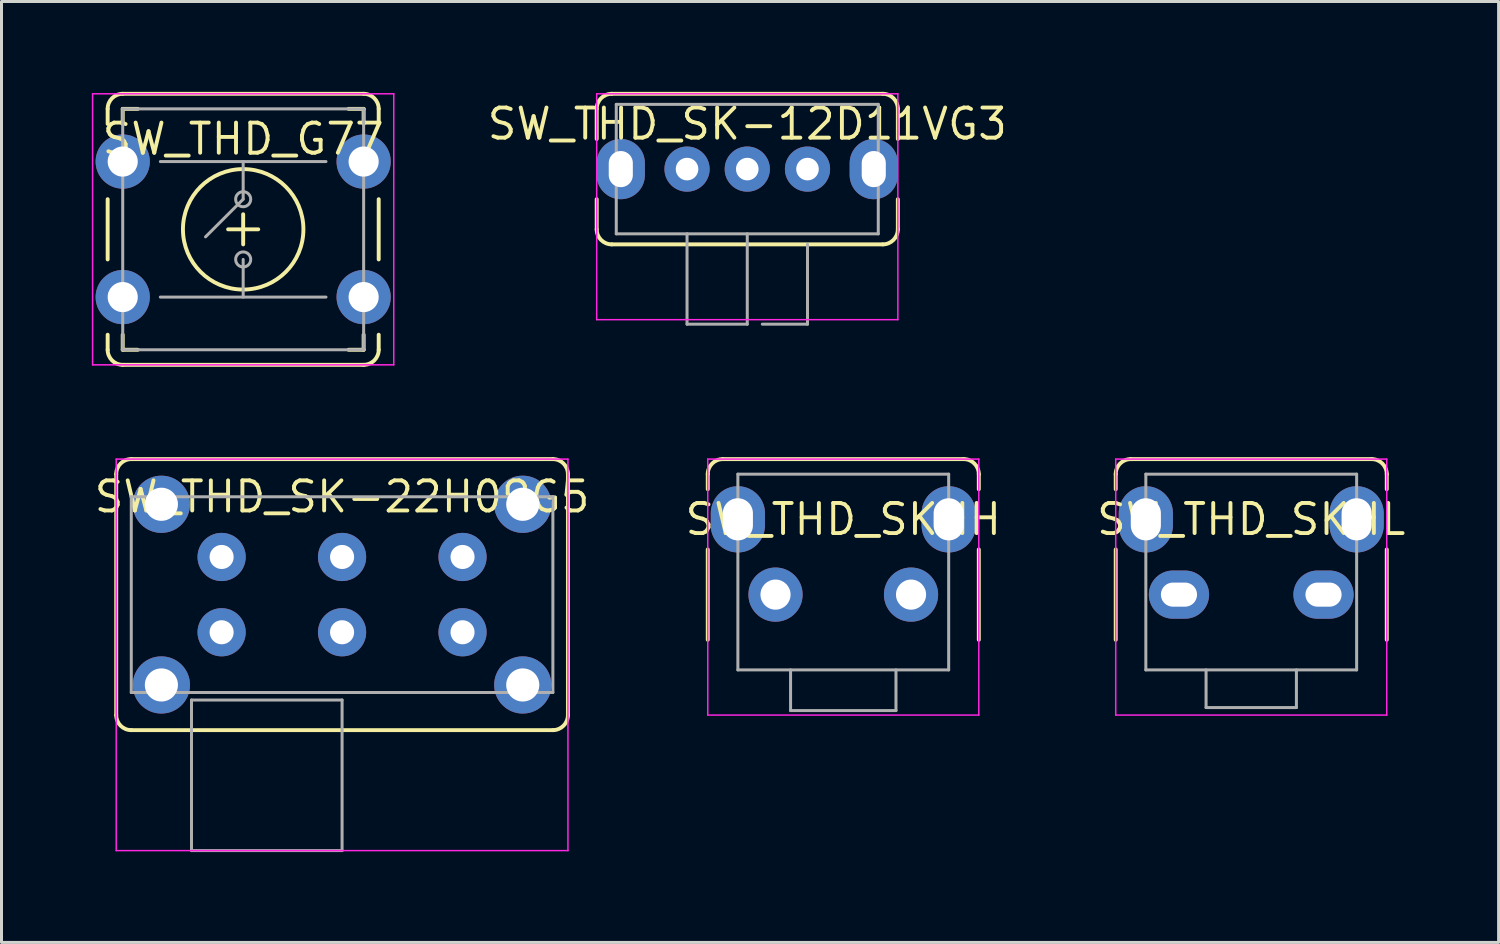
<source format=kicad_pcb>
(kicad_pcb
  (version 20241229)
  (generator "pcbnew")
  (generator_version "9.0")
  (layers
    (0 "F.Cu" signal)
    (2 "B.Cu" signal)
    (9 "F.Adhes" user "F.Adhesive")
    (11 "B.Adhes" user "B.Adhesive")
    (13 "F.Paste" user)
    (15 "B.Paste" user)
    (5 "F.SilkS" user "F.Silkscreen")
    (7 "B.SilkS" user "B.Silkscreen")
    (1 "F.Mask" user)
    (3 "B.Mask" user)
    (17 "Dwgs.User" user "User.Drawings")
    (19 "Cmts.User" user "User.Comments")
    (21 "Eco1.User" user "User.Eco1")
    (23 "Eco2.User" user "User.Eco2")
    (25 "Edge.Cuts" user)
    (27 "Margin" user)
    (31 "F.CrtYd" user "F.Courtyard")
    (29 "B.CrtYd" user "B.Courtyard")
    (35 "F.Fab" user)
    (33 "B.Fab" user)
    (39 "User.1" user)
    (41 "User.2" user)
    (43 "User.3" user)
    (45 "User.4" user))
  (footprint "SW_THD_SK-12D11VG3"
    (layer "F.Cu")
    (at 21.764 2.565)
    (property "Reference" "SW_THD_SK-12D11VG3" (at 0 -1.5 0) (layer "F.SilkS") (effects (font (size 1 1) (thickness 0.13))))
    (attr through_hole)
    (fp_line (start -5 -2) (end -5 -1) (stroke (width 0.13) (type solid)) (layer "F.SilkS"))
    (fp_line (start -5 2) (end -5 1) (stroke (width 0.13) (type solid)) (layer "F.SilkS"))
    (fp_line (start -4.5 2.5) (end 4.5 2.5) (stroke (width 0.13) (type solid)) (layer "F.SilkS"))
    (fp_line (start 4.5 -2.5) (end -4.5 -2.5) (stroke (width 0.13) (type solid)) (layer "F.SilkS"))
    (fp_line (start 5 -1) (end 5 -2) (stroke (width 0.13) (type solid)) (layer "F.SilkS"))
    (fp_line (start 5 2) (end 5 1) (stroke (width 0.13) (type solid)) (layer "F.SilkS"))
    (fp_arc (start -5 -2) (mid -4.853553 -2.353553) (end -4.5 -2.5) (stroke (width 0.13) (type solid)) (layer "F.SilkS"))
    (fp_arc (start -4.5 2.5) (mid -4.853553 2.353553) (end -5 2) (stroke (width 0.13) (type solid)) (layer "F.SilkS"))
    (fp_arc (start 4.5 -2.5) (mid 4.853553 -2.353553) (end 5 -2) (stroke (width 0.13) (type solid)) (layer "F.SilkS"))
    (fp_arc (start 5 2) (mid 4.853553 2.353553) (end 4.5 2.5) (stroke (width 0.13) (type solid)) (layer "F.SilkS"))
    (fp_line (start -5 -2.5) (end 5 -2.5) (stroke (width 0.05) (type solid)) (layer "F.CrtYd"))
    (fp_line (start -5 5) (end -5 -2.5) (stroke (width 0.05) (type solid)) (layer "F.CrtYd"))
    (fp_line (start 5 -2.5) (end 5 5) (stroke (width 0.05) (type solid)) (layer "F.CrtYd"))
    (fp_line (start 5 5) (end -5 5) (stroke (width 0.05) (type solid)) (layer "F.CrtYd"))
    (fp_line (start -4.35 -2.15) (end 4.35 -2.15) (stroke (width 0.1) (type solid)) (layer "F.Fab"))
    (fp_line (start -4.35 2.15) (end -4.35 -2.15) (stroke (width 0.1) (type solid)) (layer "F.Fab"))
    (fp_line (start -2 5.15) (end -2 2.15) (stroke (width 0.1) (type solid)) (layer "F.Fab"))
    (fp_line (start 0 2.15) (end 0 5.15) (stroke (width 0.1) (type solid)) (layer "F.Fab"))
    (fp_line (start 0 5.15) (end -2 5.15) (stroke (width 0.1) (type solid)) (layer "F.Fab"))
    (fp_line (start 2 5.15) (end 0.5 5.15) (stroke (width 0.1) (type solid)) (layer "F.Fab"))
    (fp_line (start 2 5.15) (end 2 2.5) (stroke (width 0.1) (type solid)) (layer "F.Fab"))
    (fp_line (start 4.35 2.15) (end -4.35 2.15) (stroke (width 0.1) (type solid)) (layer "F.Fab"))
    (fp_line (start 4.35 2.15) (end 4.35 -2.15) (stroke (width 0.1) (type solid)) (layer "F.Fab"))
    (pad "1" thru_hole circle (at -2 0) (size 1.5 1.5) (drill 0.75) (layers "*.Cu" "*.Mask"))
    (pad "2" thru_hole circle (at 0 0) (size 1.5 1.5) (drill 0.75) (layers "*.Cu" "*.Mask"))
    (pad "3" thru_hole circle (at 2 0) (size 1.5 1.5) (drill 0.75) (layers "*.Cu" "*.Mask"))
    (pad "SH" thru_hole oval (at -4.2 0) (size 1.6 2) (drill oval 0.8 1.2) (layers "*.Cu" "*.Mask"))
    (pad "SH" thru_hole oval (at 4.2 0) (size 1.6 2) (drill oval 0.8 1.2) (layers "*.Cu" "*.Mask")))
  (footprint "SW_THD_SKHL"
    (layer "F.Cu")
    (at 38.499 16.695)
    (property "Reference" "SW_THD_SKHL" (at 0 -2.5 0) (layer "F.SilkS") (effects (font (size 1 1) (thickness 0.13))))
    (attr through_hole)
    (fp_line (start -4.5 -4) (end -4.5 -3.5) (stroke (width 0.13) (type solid)) (layer "F.SilkS"))
    (fp_line (start -4.5 1.5) (end -4.5 -1.5) (stroke (width 0.13) (type solid)) (layer "F.SilkS"))
    (fp_line (start -4 -4.5) (end 4 -4.5) (stroke (width 0.13) (type solid)) (layer "F.SilkS"))
    (fp_line (start 4.5 -3.5) (end 4.5 -4) (stroke (width 0.13) (type solid)) (layer "F.SilkS"))
    (fp_line (start 4.5 -1.5) (end 4.5 1.5) (stroke (width 0.13) (type solid)) (layer "F.SilkS"))
    (fp_arc (start -4.5 -4) (mid -4.353553 -4.353553) (end -4 -4.5) (stroke (width 0.13) (type solid)) (layer "F.SilkS"))
    (fp_arc (start 4 -4.5) (mid 4.353553 -4.353553) (end 4.5 -4) (stroke (width 0.13) (type solid)) (layer "F.SilkS"))
    (fp_line (start -4.5 -4.5) (end 4.5 -4.5) (stroke (width 0.05) (type solid)) (layer "F.CrtYd"))
    (fp_line (start -4.5 4) (end -4.5 -4.5) (stroke (width 0.05) (type solid)) (layer "F.CrtYd"))
    (fp_line (start 4.5 -4.5) (end 4.5 4) (stroke (width 0.05) (type solid)) (layer "F.CrtYd"))
    (fp_line (start 4.5 4) (end -4.5 4) (stroke (width 0.05) (type solid)) (layer "F.CrtYd"))
    (fp_line (start -3.5 -4) (end 3.5 -4) (stroke (width 0.1) (type solid)) (layer "F.Fab"))
    (fp_line (start -3.5 2.5) (end -3.5 -4) (stroke (width 0.1) (type solid)) (layer "F.Fab"))
    (fp_line (start -1.5 3.75) (end -1.5 2.5) (stroke (width 0.1) (type solid)) (layer "F.Fab"))
    (fp_line (start 1.5 2.5) (end 1.5 3.75) (stroke (width 0.1) (type solid)) (layer "F.Fab"))
    (fp_line (start 1.5 3.75) (end -1.5 3.75) (stroke (width 0.1) (type solid)) (layer "F.Fab"))
    (fp_line (start 3.5 -4) (end 3.5 2.5) (stroke (width 0.1) (type solid)) (layer "F.Fab"))
    (fp_line (start 3.5 2.5) (end -3.5 2.5) (stroke (width 0.1) (type solid)) (layer "F.Fab"))
    (pad "1" thru_hole oval (at -2.4 0) (size 2 1.6) (drill oval 1.2 0.8) (layers "*.Cu" "*.Mask"))
    (pad "2" thru_hole oval (at 2.4 0) (size 2 1.6) (drill oval 1.2 0.8) (layers "*.Cu" "*.Mask"))
    (pad "SH" thru_hole oval (at -3.5 -2.5) (size 1.8 2.2) (drill oval 1 1.4) (layers "*.Cu" "*.Mask"))
    (pad "SH" thru_hole oval (at 3.5 -2.5) (size 1.8 2.2) (drill oval 1 1.4) (layers "*.Cu" "*.Mask")))
  (footprint "SW_THD_SKHH"
    (layer "F.Cu")
    (at 24.952 16.695)
    (property "Reference" "SW_THD_SKHH" (at 0 -2.5 0) (layer "F.SilkS") (effects (font (size 1 1) (thickness 0.13))))
    (attr through_hole)
    (fp_line (start -4.5 -4) (end -4.5 -3.5) (stroke (width 0.13) (type solid)) (layer "F.SilkS"))
    (fp_line (start -4.5 1.5) (end -4.5 -1.5) (stroke (width 0.13) (type solid)) (layer "F.SilkS"))
    (fp_line (start -4 -4.5) (end 4 -4.5) (stroke (width 0.13) (type solid)) (layer "F.SilkS"))
    (fp_line (start 4.5 -3.5) (end 4.5 -4) (stroke (width 0.13) (type solid)) (layer "F.SilkS"))
    (fp_line (start 4.5 -1.5) (end 4.5 1.5) (stroke (width 0.13) (type solid)) (layer "F.SilkS"))
    (fp_arc (start -4.5 -4) (mid -4.353553 -4.353553) (end -4 -4.5) (stroke (width 0.13) (type solid)) (layer "F.SilkS"))
    (fp_arc (start 4 -4.5) (mid 4.353553 -4.353553) (end 4.5 -4) (stroke (width 0.13) (type solid)) (layer "F.SilkS"))
    (fp_line (start -4.5 -4.5) (end 4.5 -4.5) (stroke (width 0.05) (type solid)) (layer "F.CrtYd"))
    (fp_line (start -4.5 4) (end -4.5 -4.5) (stroke (width 0.05) (type solid)) (layer "F.CrtYd"))
    (fp_line (start 4.5 -4.5) (end 4.5 4) (stroke (width 0.05) (type solid)) (layer "F.CrtYd"))
    (fp_line (start 4.5 4) (end -4.5 4) (stroke (width 0.05) (type solid)) (layer "F.CrtYd"))
    (fp_line (start -3.5 -4) (end 3.5 -4) (stroke (width 0.1) (type solid)) (layer "F.Fab"))
    (fp_line (start -3.5 2.5) (end -3.5 -4) (stroke (width 0.1) (type solid)) (layer "F.Fab"))
    (fp_line (start -1.75 3.85) (end -1.75 2.5) (stroke (width 0.1) (type solid)) (layer "F.Fab"))
    (fp_line (start 1.75 2.5) (end 1.75 3.85) (stroke (width 0.1) (type solid)) (layer "F.Fab"))
    (fp_line (start 1.75 3.85) (end -1.75 3.85) (stroke (width 0.1) (type solid)) (layer "F.Fab"))
    (fp_line (start 3.5 -4) (end 3.5 2.5) (stroke (width 0.1) (type solid)) (layer "F.Fab"))
    (fp_line (start 3.5 2.5) (end -3.5 2.5) (stroke (width 0.1) (type solid)) (layer "F.Fab"))
    (pad "1" thru_hole circle (at -2.25 0) (size 1.8 1.8) (drill 1) (layers "*.Cu" "*.Mask"))
    (pad "2" thru_hole circle (at 2.25 0) (size 1.8 1.8) (drill 1) (layers "*.Cu" "*.Mask"))
    (pad "SH" thru_hole oval (at -3.5 -2.5) (size 1.8 2.2) (drill oval 1 1.4) (layers "*.Cu" "*.Mask"))
    (pad "SH" thru_hole oval (at 3.5 -2.5) (size 1.8 2.2) (drill oval 1 1.4) (layers "*.Cu" "*.Mask")))
  (footprint "SW_THD_SK-22H09G5"
    (layer "F.Cu")
    (at 8.309 16.695)
    (property "Reference" "SW_THD_SK-22H09G5" (at 0 -3.25 0) (layer "F.SilkS") (effects (font (size 1 1) (thickness 0.13))))
    (attr through_hole)
    (fp_line (start -7.5 -4) (end -7.5 4) (stroke (width 0.13) (type solid)) (layer "F.SilkS"))
    (fp_line (start -7 4.5) (end 7 4.5) (stroke (width 0.13) (type solid)) (layer "F.SilkS"))
    (fp_line (start 7 -4.5) (end -7 -4.5) (stroke (width 0.13) (type solid)) (layer "F.SilkS"))
    (fp_line (start 7.5 4) (end 7.5 -4) (stroke (width 0.13) (type solid)) (layer "F.SilkS"))
    (fp_arc (start -7.5 -4) (mid -7.353553 -4.353553) (end -7 -4.5) (stroke (width 0.13) (type solid)) (layer "F.SilkS"))
    (fp_arc (start -7 4.5) (mid -7.353553 4.353553) (end -7.5 4) (stroke (width 0.13) (type solid)) (layer "F.SilkS"))
    (fp_arc (start 7 -4.5) (mid 7.353553 -4.353553) (end 7.5 -4) (stroke (width 0.13) (type solid)) (layer "F.SilkS"))
    (fp_arc (start 7.5 4) (mid 7.353553 4.353553) (end 7 4.5) (stroke (width 0.13) (type solid)) (layer "F.SilkS"))
    (fp_line (start -7.5 -4.5) (end 7.5 -4.5) (stroke (width 0.05) (type solid)) (layer "F.CrtYd"))
    (fp_line (start -7.5 8.5) (end -7.5 -4.5) (stroke (width 0.05) (type solid)) (layer "F.CrtYd"))
    (fp_line (start 7.5 -4.5) (end 7.5 8.5) (stroke (width 0.05) (type solid)) (layer "F.CrtYd"))
    (fp_line (start 7.5 8.5) (end -7.5 8.5) (stroke (width 0.05) (type solid)) (layer "F.CrtYd"))
    (fp_line (start -7 -3.25) (end 7 -3.25) (stroke (width 0.1) (type solid)) (layer "F.Fab"))
    (fp_line (start -7 3.25) (end -7 -3.25) (stroke (width 0.1) (type solid)) (layer "F.Fab"))
    (fp_line (start -5 3.5) (end 0 3.5) (stroke (width 0.1) (type solid)) (layer "F.Fab"))
    (fp_line (start -5 8.5) (end -5 3.5) (stroke (width 0.1) (type solid)) (layer "F.Fab"))
    (fp_line (start 0 3.5) (end 0 8.5) (stroke (width 0.1) (type solid)) (layer "F.Fab"))
    (fp_line (start 0 8.5) (end -5 8.5) (stroke (width 0.1) (type solid)) (layer "F.Fab"))
    (fp_line (start 7 3.25) (end -7 3.25) (stroke (width 0.1) (type solid)) (layer "F.Fab"))
    (fp_line (start 7 3.25) (end 7 -3.25) (stroke (width 0.1) (type solid)) (layer "F.Fab"))
    (pad "1" thru_hole circle (at -4 -1.25) (size 1.6 1.6) (drill 0.8) (layers "*.Cu" "*.Mask"))
    (pad "1" thru_hole circle (at -4 1.25) (size 1.6 1.6) (drill 0.8) (layers "*.Cu" "*.Mask"))
    (pad "2" thru_hole circle (at 0 -1.25) (size 1.6 1.6) (drill 0.8) (layers "*.Cu" "*.Mask"))
    (pad "2" thru_hole circle (at 0 1.25) (size 1.6 1.6) (drill 0.8) (layers "*.Cu" "*.Mask"))
    (pad "3" thru_hole circle (at 4 -1.25) (size 1.6 1.6) (drill 0.8) (layers "*.Cu" "*.Mask"))
    (pad "3" thru_hole circle (at 4 1.25) (size 1.6 1.6) (drill 0.8) (layers "*.Cu" "*.Mask"))
    (pad "SH" thru_hole circle (at -6 -3) (size 1.9 1.9) (drill 1.1) (layers "*.Cu" "*.Mask"))
    (pad "SH" thru_hole circle (at -6 3) (size 1.9 1.9) (drill 1.1) (layers "*.Cu" "*.Mask"))
    (pad "SH" thru_hole circle (at 6 -3) (size 1.9 1.9) (drill 1.1) (layers "*.Cu" "*.Mask"))
    (pad "SH" thru_hole circle (at 6 3) (size 1.9 1.9) (drill 1.1) (layers "*.Cu" "*.Mask")))
  (footprint "SW_THD_G77"
    (layer "F.Cu")
    (at 5.025 4.565)
    (property "Reference" "SW_THD_G77" (at 0 -3 0) (layer "F.SilkS") (effects (font (size 1 1) (thickness 0.13))))
    (attr through_hole)
    (fp_line (start -4.5 -3.5) (end -4.5 -4) (stroke (width 0.13) (type solid)) (layer "F.SilkS"))
    (fp_line (start -4.5 1) (end -4.5 -1) (stroke (width 0.13) (type solid)) (layer "F.SilkS"))
    (fp_line (start -4.5 4) (end -4.5 3.5) (stroke (width 0.13) (type solid)) (layer "F.SilkS"))
    (fp_line (start -4 -4) (end -3.5 -4) (stroke (width 0.13) (type solid)) (layer "F.SilkS"))
    (fp_line (start -4 -3.5) (end -4 -4) (stroke (width 0.13) (type solid)) (layer "F.SilkS"))
    (fp_line (start -4 4) (end -4 3.5) (stroke (width 0.13) (type solid)) (layer "F.SilkS"))
    (fp_line (start -4 4.5) (end 4 4.5) (stroke (width 0.13) (type solid)) (layer "F.SilkS"))
    (fp_line (start -3.5 4) (end -4 4) (stroke (width 0.13) (type solid)) (layer "F.SilkS"))
    (fp_line (start -0.5 0) (end 0.5 0) (stroke (width 0.13) (type solid)) (layer "F.SilkS"))
    (fp_line (start 0 -0.5) (end 0 0.5) (stroke (width 0.13) (type solid)) (layer "F.SilkS"))
    (fp_line (start 3.5 -4) (end 4 -4) (stroke (width 0.13) (type solid)) (layer "F.SilkS"))
    (fp_line (start 4 -4.5) (end -4 -4.5) (stroke (width 0.13) (type solid)) (layer "F.SilkS"))
    (fp_line (start 4 -4) (end 4 -3.5) (stroke (width 0.13) (type solid)) (layer "F.SilkS"))
    (fp_line (start 4 3.5) (end 4 4) (stroke (width 0.13) (type solid)) (layer "F.SilkS"))
    (fp_line (start 4 4) (end 3.5 4) (stroke (width 0.13) (type solid)) (layer "F.SilkS"))
    (fp_line (start 4.5 -3.5) (end 4.5 -4) (stroke (width 0.13) (type solid)) (layer "F.SilkS"))
    (fp_line (start 4.5 1) (end 4.5 -1) (stroke (width 0.13) (type solid)) (layer "F.SilkS"))
    (fp_line (start 4.5 4) (end 4.5 3.5) (stroke (width 0.13) (type solid)) (layer "F.SilkS"))
    (fp_arc (start -4.5 -4) (mid -4.353553 -4.353553) (end -4 -4.5) (stroke (width 0.13) (type solid)) (layer "F.SilkS"))
    (fp_arc (start -4 4.5) (mid -4.353553 4.353553) (end -4.5 4) (stroke (width 0.13) (type solid)) (layer "F.SilkS"))
    (fp_arc (start 4 -4.5) (mid 4.353553 -4.353553) (end 4.5 -4) (stroke (width 0.13) (type solid)) (layer "F.SilkS"))
    (fp_arc (start 4.5 4) (mid 4.353553 4.353553) (end 4 4.5) (stroke (width 0.13) (type solid)) (layer "F.SilkS"))
    (fp_circle (center 0 0) (end 2 0) (stroke (width 0.13) (type solid)) (fill no) (layer "F.SilkS"))
    (fp_line (start -5 -4.5) (end 5 -4.5) (stroke (width 0.05) (type solid)) (layer "F.CrtYd"))
    (fp_line (start -5 4.5) (end -5 -4.5) (stroke (width 0.05) (type solid)) (layer "F.CrtYd"))
    (fp_line (start 5 -4.5) (end 5 4.5) (stroke (width 0.05) (type solid)) (layer "F.CrtYd"))
    (fp_line (start 5 4.5) (end -5 4.5) (stroke (width 0.05) (type solid)) (layer "F.CrtYd"))
    (fp_line (start -4 -4) (end 4 -4) (stroke (width 0.1) (type solid)) (layer "F.Fab"))
    (fp_line (start -4 4) (end -4 -4) (stroke (width 0.1) (type solid)) (layer "F.Fab"))
    (fp_line (start -2.75 -2.25) (end 2.75 -2.25) (stroke (width 0.1) (type solid)) (layer "F.Fab"))
    (fp_line (start 0 -1) (end -1.25 0.25) (stroke (width 0.1) (type solid)) (layer "F.Fab"))
    (fp_line (start 0 -1) (end 0 -2.25) (stroke (width 0.1) (type solid)) (layer "F.Fab"))
    (fp_line (start 0 1) (end 0 2.25) (stroke (width 0.1) (type solid)) (layer "F.Fab"))
    (fp_line (start 2.75 2.25) (end -2.75 2.25) (stroke (width 0.1) (type solid)) (layer "F.Fab"))
    (fp_line (start 4 -4) (end 4 4) (stroke (width 0.1) (type solid)) (layer "F.Fab"))
    (fp_line (start 4 4) (end -4 4) (stroke (width 0.1) (type solid)) (layer "F.Fab"))
    (fp_circle (center 0 -1) (end 0.25 -1) (stroke (width 0.1) (type solid)) (fill no) (layer "F.Fab"))
    (fp_circle (center 0 1) (end 0.25 1) (stroke (width 0.1) (type solid)) (fill no) (layer "F.Fab"))
    (pad "1" thru_hole circle (at -4 -2.25) (size 1.8 1.8) (drill 1) (layers "*.Cu" "*.Mask"))
    (pad "2" thru_hole circle (at 4 -2.25) (size 1.8 1.8) (drill 1) (layers "*.Cu" "*.Mask"))
    (pad "3" thru_hole circle (at -4 2.25 180) (size 1.8 1.8) (drill 1) (layers "*.Cu" "*.Mask"))
    (pad "4" thru_hole circle (at 4 2.25 180) (size 1.8 1.8) (drill 1) (layers "*.Cu" "*.Mask")))
  (gr_rect
    (start -3 -3)
    (end 46.713 28.245)
    (stroke (width 0.1) (type default))
    (fill no)
    (layer "Edge.Cuts")))
</source>
